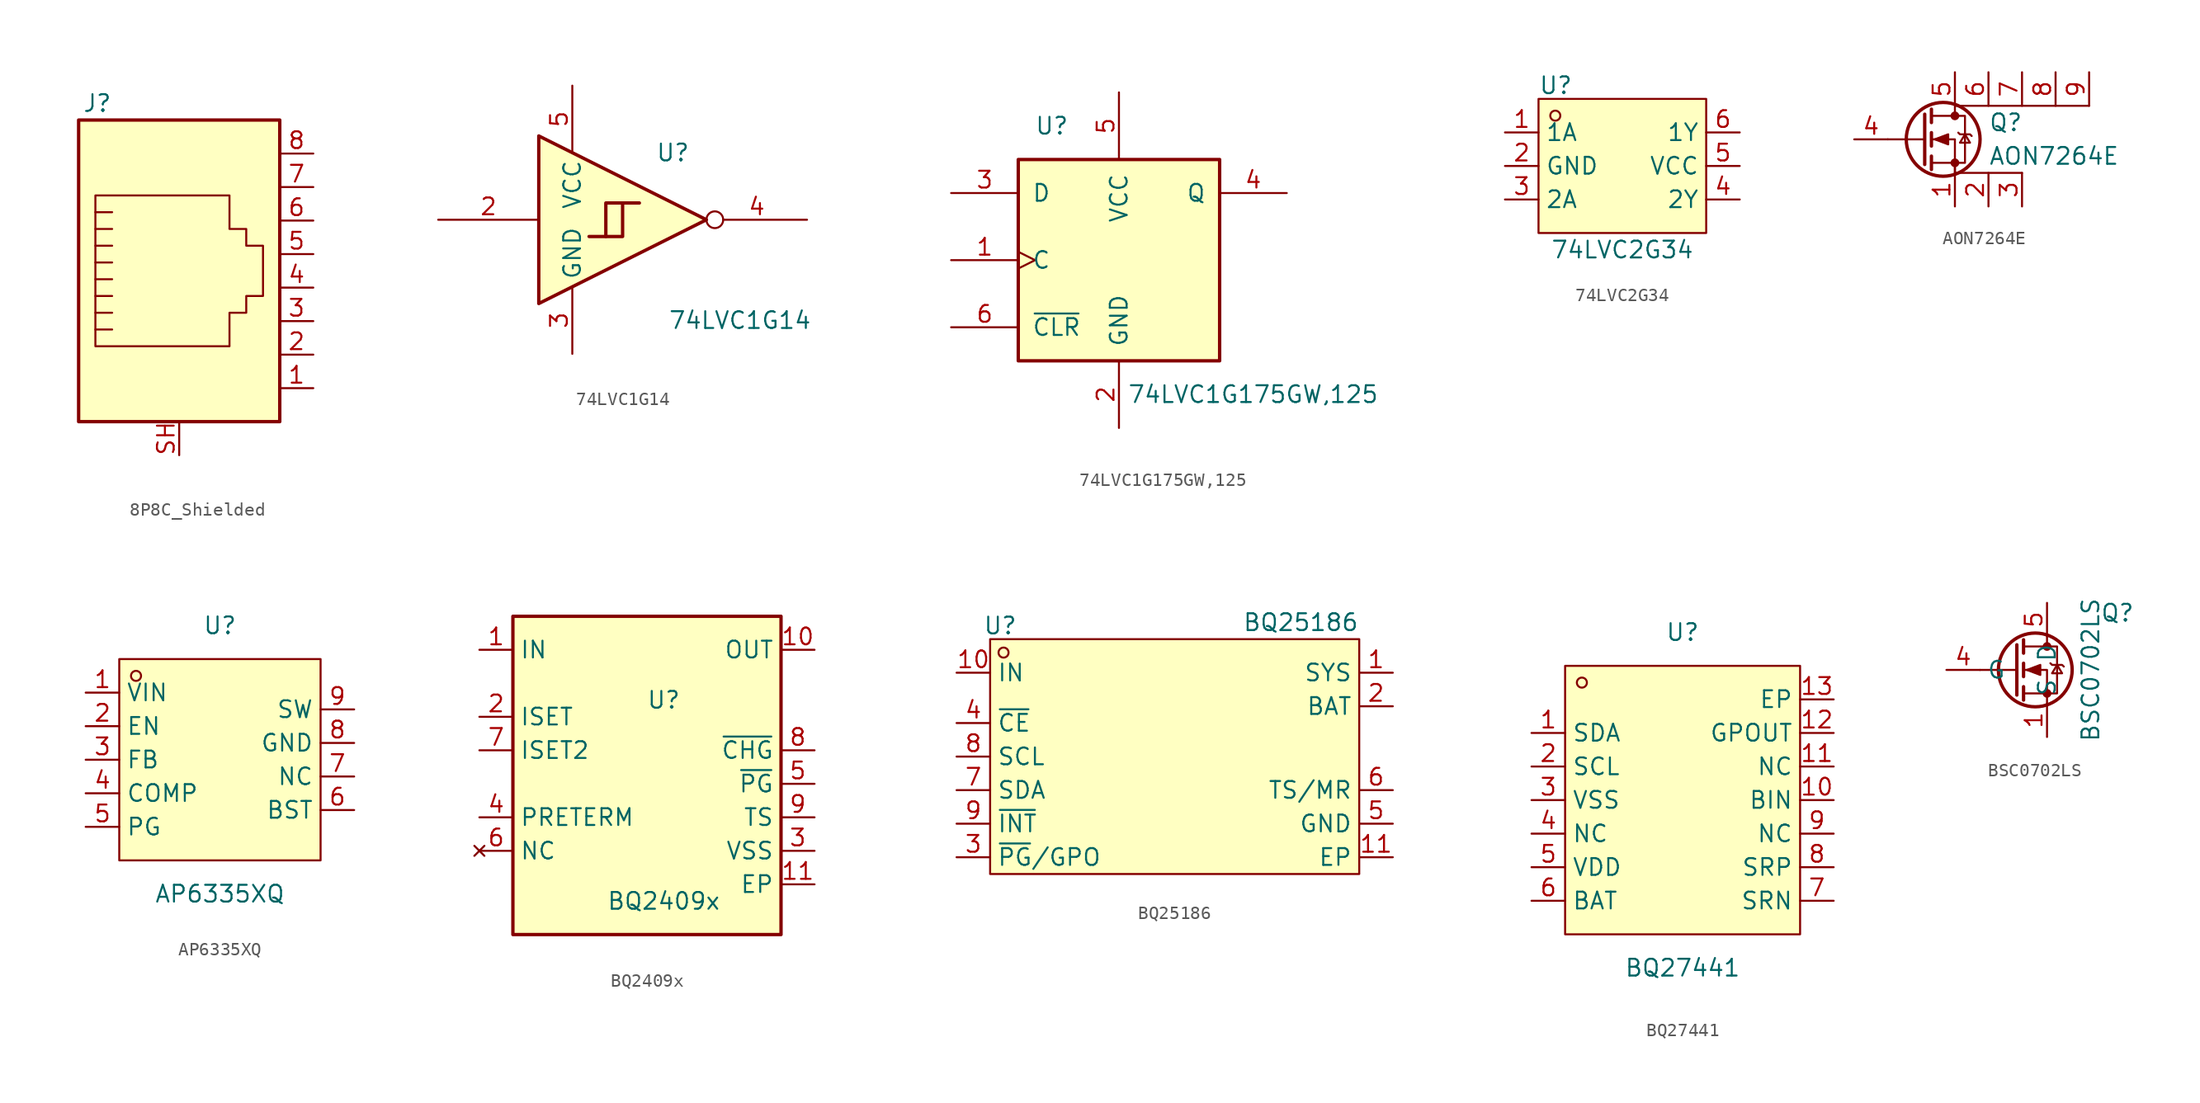
<source format=kicad_sym>
(kicad_symbol_lib
  (version 20241209)
  (generator "kicad_symbol_editor")
  (generator_version "9.0")
  (symbol "8P8C_Shielded"
    (pin_names
      (offset 1.016))
    (property "Reference" "J"
      (at -5.08 13.97 0)
      (effects (font (size 1.27 1.27)) (justify right)))
    (symbol "8P8C_Shielded_0_1"
      (rectangle (start -7.62 12.7) (end 7.62 -10.16) (stroke (width 0.254) (type default)) (fill (type background)))
      (polyline (pts (xy -6.35 1.905) (xy -5.08 1.905) (xy -5.08 1.905)) (stroke (width 0) (type default)) (fill (type none)))
      (polyline (pts (xy -6.35 0.635) (xy -5.08 0.635) (xy -5.08 0.635)) (stroke (width 0) (type default)) (fill (type none)))
      (polyline (pts (xy -6.35 -0.635) (xy -5.08 -0.635) (xy -5.08 -0.635)) (stroke (width 0) (type default)) (fill (type none)))
      (polyline (pts (xy -6.35 -1.905) (xy -5.08 -1.905) (xy -5.08 -1.905)) (stroke (width 0) (type default)) (fill (type none)))
      (polyline (pts (xy -6.35 -3.175) (xy -5.08 -3.175) (xy -5.08 -3.175)) (stroke (width 0) (type default)) (fill (type none)))
      (polyline (pts (xy -6.35 -4.445) (xy -6.35 6.985) (xy 3.81 6.985) (xy 3.81 4.445) (xy 5.08 4.445) (xy 5.08 3.175) (xy 6.35 3.175) (xy 6.35 -0.635) (xy 5.08 -0.635) (xy 5.08 -1.905) (xy 3.81 -1.905) (xy 3.81 -4.445) (xy -6.35 -4.445) (xy -6.35 -4.445)) (stroke (width 0) (type default)) (fill (type none)))
      (polyline (pts (xy -5.08 5.715) (xy -6.35 5.715)) (stroke (width 0) (type default)) (fill (type none)))
      (polyline (pts (xy -5.08 4.445) (xy -6.35 4.445)) (stroke (width 0) (type default)) (fill (type none)))
      (polyline (pts (xy -5.08 3.175) (xy -6.35 3.175) (xy -6.35 3.175)) (stroke (width 0) (type default)) (fill (type none))))
    (symbol "8P8C_Shielded_1_1"
      (pin passive line (at 0 -12.7 90) (length 2.54) (name "~" (effects (font (size 1.27 1.27)))) (number "SH" (effects (font (size 1.27 1.27)))))
      (pin passive line (at 10.16 10.16 180) (length 2.54) (name "~" (effects (font (size 1.27 1.27)))) (number "8" (effects (font (size 1.27 1.27)))))
      (pin passive line (at 10.16 7.62 180) (length 2.54) (name "~" (effects (font (size 1.27 1.27)))) (number "7" (effects (font (size 1.27 1.27)))))
      (pin passive line (at 10.16 5.08 180) (length 2.54) (name "~" (effects (font (size 1.27 1.27)))) (number "6" (effects (font (size 1.27 1.27)))))
      (pin passive line (at 10.16 2.54 180) (length 2.54) (name "~" (effects (font (size 1.27 1.27)))) (number "5" (effects (font (size 1.27 1.27)))))
      (pin passive line (at 10.16 0 180) (length 2.54) (name "~" (effects (font (size 1.27 1.27)))) (number "4" (effects (font (size 1.27 1.27)))))
      (pin passive line (at 10.16 -2.54 180) (length 2.54) (name "~" (effects (font (size 1.27 1.27)))) (number "3" (effects (font (size 1.27 1.27)))))
      (pin passive line (at 10.16 -5.08 180) (length 2.54) (name "~" (effects (font (size 1.27 1.27)))) (number "2" (effects (font (size 1.27 1.27)))))
      (pin passive line (at 10.16 -7.62 180) (length 2.54) (name "~" (effects (font (size 1.27 1.27)))) (number "1" (effects (font (size 1.27 1.27)))))))
  (symbol "74LVC1G14"
    (property "Reference" "U"
      (at 2.54 5.08 0)
      (effects (font (size 1.27 1.27))))
    (property "Value" "74LVC1G14"
      (at 7.62 -7.62 0)
      (effects (font (size 1.27 1.27))))
    (symbol "74LVC1G14_0_1"
      (polyline (pts (xy -7.62 6.35) (xy -7.62 -6.35) (xy 5.08 0) (xy -7.62 6.35)) (stroke (width 0.254) (type default)) (fill (type background)))
      (polyline (pts (xy -3.81 -1.27) (xy -2.54 -1.27) (xy -2.54 1.27) (xy 0 1.27)) (stroke (width 0.254) (type default)) (fill (type background)))
      (polyline (pts (xy -2.54 -1.27) (xy -1.27 -1.27) (xy -1.27 1.27)) (stroke (width 0.254) (type default)) (fill (type background))))
    (symbol "74LVC1G14_1_1"
      (pin input line (at -15.24 0 0) (length 7.62) (name "~" (effects (font (size 1.27 1.27)))) (number "2" (effects (font (size 1.27 1.27)))))
      (pin power_in line (at -5.08 10.16 270) (length 5.08) (name "VCC" (effects (font (size 1.27 1.27)))) (number "5" (effects (font (size 1.27 1.27)))))
      (pin power_in line (at -5.08 -10.16 90) (length 5.08) (name "GND" (effects (font (size 1.27 1.27)))) (number "3" (effects (font (size 1.27 1.27)))))
      (pin output inverted (at 12.7 0 180) (length 7.62) (name "~" (effects (font (size 1.27 1.27)))) (number "4" (effects (font (size 1.27 1.27)))))))
  (symbol "74LVC1G175GW,125"
    (pin_names
      (offset 1.016))
    (property "Reference" "U"
      (at -5.08 10.16 0)
      (effects (font (size 1.27 1.27))))
    (property "Value" "74LVC1G175GW,125"
      (at 10.16 -10.16 0)
      (effects (font (size 1.27 1.27))))
    (symbol "74LVC1G175GW,125_0_1"
      (rectangle (start -7.62 7.62) (end 7.62 -7.62) (stroke (width 0.254) (type default)) (fill (type background))))
    (symbol "74LVC1G175GW,125_1_1"
      (pin input line (at -12.7 5.08 0) (length 5.08) (name "D" (effects (font (size 1.27 1.27)))) (number "3" (effects (font (size 1.27 1.27)))))
      (pin input clock (at -12.7 0 0) (length 5.08) (name "C" (effects (font (size 1.27 1.27)))) (number "1" (effects (font (size 1.27 1.27)))))
      (pin input line (at -12.7 -5.08 0) (length 5.08) (name "~{CLR}" (effects (font (size 1.27 1.27)))) (number "6" (effects (font (size 1.27 1.27)))))
      (pin power_in line (at 0 12.7 270) (length 5.08) (name "VCC" (effects (font (size 1.27 1.27)))) (number "5" (effects (font (size 1.27 1.27)))))
      (pin power_in line (at 0 -12.7 90) (length 5.08) (name "GND" (effects (font (size 1.27 1.27)))) (number "2" (effects (font (size 1.27 1.27)))))
      (pin output line (at 12.7 5.08 180) (length 5.08) (name "Q" (effects (font (size 1.27 1.27)))) (number "4" (effects (font (size 1.27 1.27)))))))
  (symbol "74LVC2G34"
    (property "Reference" "U"
      (at -6.35 6.096 0)
      (effects (font (size 1.27 1.27)) (justify left)))
    (property "Value" "74LVC2G34"
      (at 0 -6.35 0)
      (effects (font (size 1.27 1.27))))
    (symbol "74LVC2G34_0_1"
      (rectangle (start -6.35 5.08) (end 6.35 -5.08) (stroke (width 0) (type default)) (fill (type background)))
      (circle (center -5.08 3.81) (radius 0.38) (stroke (width 0) (type default)) (fill (type none))))
    (symbol "74LVC2G34_1_1"
      (pin input line (at -8.89 2.54 0) (length 2.54) (name "1A" (effects (font (size 1.27 1.27)))) (number "1" (effects (font (size 1.27 1.27)))))
      (pin power_in line (at -8.89 0 0) (length 2.54) (name "GND" (effects (font (size 1.27 1.27)))) (number "2" (effects (font (size 1.27 1.27)))))
      (pin input line (at -8.89 -2.54 0) (length 2.54) (name "2A" (effects (font (size 1.27 1.27)))) (number "3" (effects (font (size 1.27 1.27)))))
      (pin output line (at 8.89 2.54 180) (length 2.54) (name "1Y" (effects (font (size 1.27 1.27)))) (number "6" (effects (font (size 1.27 1.27)))))
      (pin power_in line (at 8.89 0 180) (length 2.54) (name "VCC" (effects (font (size 1.27 1.27)))) (number "5" (effects (font (size 1.27 1.27)))))
      (pin output line (at 8.89 -2.54 180) (length 2.54) (name "2Y" (effects (font (size 1.27 1.27)))) (number "4" (effects (font (size 1.27 1.27)))))))
  (symbol "AON7264E"
    (pin_names
      (offset 0)
      (hide yes))
    (property "Reference" "Q"
      (at 5.08 1.27 0)
      (effects (font (size 1.27 1.27)) (justify left)))
    (property "Value" "AON7264E"
      (at 5.08 -1.27 0)
      (effects (font (size 1.27 1.27)) (justify left)))
    (symbol "AON7264E_0_1"
      (polyline (pts (xy 0.254 1.905) (xy 0.254 -1.905)) (stroke (width 0.254) (type default)) (fill (type none)))
      (polyline (pts (xy 0.254 0) (xy -2.54 0)) (stroke (width 0) (type default)) (fill (type none)))
      (polyline (pts (xy 0.762 2.286) (xy 0.762 1.27)) (stroke (width 0.254) (type default)) (fill (type none)))
      (polyline (pts (xy 0.762 0.508) (xy 0.762 -0.508)) (stroke (width 0.254) (type default)) (fill (type none)))
      (polyline (pts (xy 0.762 -1.27) (xy 0.762 -2.286)) (stroke (width 0.254) (type default)) (fill (type none)))
      (polyline (pts (xy 0.762 -1.778) (xy 3.302 -1.778) (xy 3.302 1.778) (xy 0.762 1.778)) (stroke (width 0) (type default)) (fill (type none)))
      (polyline (pts (xy 1.016 0) (xy 2.032 0.381) (xy 2.032 -0.381) (xy 1.016 0)) (stroke (width 0) (type default)) (fill (type outline)))
      (circle (center 1.651 0) (radius 2.794) (stroke (width 0.254) (type default)) (fill (type none)))
      (circle (center 2.54 1.778) (radius 0.254) (stroke (width 0) (type default)) (fill (type outline)))
      (circle (center 2.54 -1.778) (radius 0.254) (stroke (width 0) (type default)) (fill (type outline)))
      (polyline (pts (xy 2.54 -2.54) (xy 2.54 0) (xy 0.762 0)) (stroke (width 0) (type default)) (fill (type none)))
      (polyline (pts (xy 2.794 0.508) (xy 2.921 0.381) (xy 3.683 0.381) (xy 3.81 0.254)) (stroke (width 0) (type default)) (fill (type none)))
      (polyline (pts (xy 3.302 0.381) (xy 2.921 -0.254) (xy 3.683 -0.254) (xy 3.302 0.381)) (stroke (width 0) (type default)) (fill (type none)))
      (polyline (pts (xy 7.62 -2.54) (xy 2.54 -2.54) (xy 2.54 -1.778)) (stroke (width 0) (type default)) (fill (type none)))
      (polyline (pts (xy 12.7 2.54) (xy 2.54 2.54) (xy 2.54 1.778)) (stroke (width 0) (type default)) (fill (type none))))
    (symbol "AON7264E_1_1"
      (pin input line (at -5.08 0 0) (length 2.54) (name "G" (effects (font (size 1.27 1.27)))) (number "4" (effects (font (size 1.27 1.27)))))
      (pin passive line (at 2.54 5.08 270) (length 2.54) (name "D" (effects (font (size 1.27 1.27)))) (number "5" (effects (font (size 1.27 1.27)))))
      (pin passive line (at 2.54 -5.08 90) (length 2.54) (name "S" (effects (font (size 1.27 1.27)))) (number "1" (effects (font (size 1.27 1.27)))))
      (pin passive line (at 5.08 5.08 270) (length 2.54) (name "D" (effects (font (size 1.27 1.27)))) (number "6" (effects (font (size 1.27 1.27)))))
      (pin passive line (at 5.08 -5.08 90) (length 2.54) (name "S" (effects (font (size 1.27 1.27)))) (number "2" (effects (font (size 1.27 1.27)))))
      (pin passive line (at 7.62 5.08 270) (length 2.54) (name "D" (effects (font (size 1.27 1.27)))) (number "7" (effects (font (size 1.27 1.27)))))
      (pin passive line (at 7.62 -5.08 90) (length 2.54) (name "S" (effects (font (size 1.27 1.27)))) (number "3" (effects (font (size 1.27 1.27)))))
      (pin passive line (at 10.16 5.08 270) (length 2.54) (name "D" (effects (font (size 1.27 1.27)))) (number "8" (effects (font (size 1.27 1.27)))))
      (pin passive line (at 12.7 5.08 270) (length 2.54) (name "D" (effects (font (size 1.27 1.27)))) (number "9" (effects (font (size 1.27 1.27)))))))
  (symbol "AP6335XQ"
    (property "Reference" "U"
      (at 0 10.16 0)
      (effects (font (size 1.27 1.27))))
    (property "Value" "AP6335XQ"
      (at 0 -10.16 0)
      (effects (font (size 1.27 1.27))))
    (symbol "AP6335XQ_0_1"
      (rectangle (start -7.62 7.62) (end 7.62 -7.62) (stroke (width 0) (type default)) (fill (type background)))
      (circle (center -6.35 6.35) (radius 0.38) (stroke (width 0) (type default)) (fill (type none)))
      (pin unspecified line (at -10.16 5.08 0) (length 2.54) (name "VIN" (effects (font (size 1.27 1.27)))) (number "1" (effects (font (size 1.27 1.27)))))
      (pin unspecified line (at -10.16 2.54 0) (length 2.54) (name "EN" (effects (font (size 1.27 1.27)))) (number "2" (effects (font (size 1.27 1.27)))))
      (pin unspecified line (at -10.16 0 0) (length 2.54) (name "FB" (effects (font (size 1.27 1.27)))) (number "3" (effects (font (size 1.27 1.27)))))
      (pin unspecified line (at -10.16 -2.54 0) (length 2.54) (name "COMP" (effects (font (size 1.27 1.27)))) (number "4" (effects (font (size 1.27 1.27)))))
      (pin unspecified line (at -10.16 -5.08 0) (length 2.54) (name "PG" (effects (font (size 1.27 1.27)))) (number "5" (effects (font (size 1.27 1.27)))))
      (pin unspecified line (at 10.16 3.81 180) (length 2.54) (name "SW" (effects (font (size 1.27 1.27)))) (number "9" (effects (font (size 1.27 1.27)))))
      (pin unspecified line (at 10.16 1.27 180) (length 2.54) (name "GND" (effects (font (size 1.27 1.27)))) (number "8" (effects (font (size 1.27 1.27)))))
      (pin unspecified line (at 10.16 -1.27 180) (length 2.54) (name "NC" (effects (font (size 1.27 1.27)))) (number "7" (effects (font (size 1.27 1.27)))))
      (pin unspecified line (at 10.16 -3.81 180) (length 2.54) (name "BST" (effects (font (size 1.27 1.27)))) (number "6" (effects (font (size 1.27 1.27)))))))
  (symbol "BQ2409x"
    (property "Reference" "U"
      (at 1.27 6.35 0)
      (effects (font (size 1.27 1.27))))
    (property "Value" "BQ2409x"
      (at 1.27 -8.89 0)
      (effects (font (size 1.27 1.27))))
    (symbol "BQ2409x_1_1"
      (rectangle (start -10.16 12.7) (end 10.16 -11.43) (stroke (width 0.254) (type default)) (fill (type background)))
      (pin power_in line (at -12.7 10.16 0) (length 2.54) (name "IN" (effects (font (size 1.27 1.27)))) (number "1" (effects (font (size 1.27 1.27)))))
      (pin passive line (at -12.7 5.08 0) (length 2.54) (name "ISET" (effects (font (size 1.27 1.27)))) (number "2" (effects (font (size 1.27 1.27)))))
      (pin passive line (at -12.7 2.54 0) (length 2.54) (name "ISET2" (effects (font (size 1.27 1.27)))) (number "7" (effects (font (size 1.27 1.27)))))
      (pin passive line (at -12.7 -2.54 0) (length 2.54) (name "PRETERM" (effects (font (size 1.27 1.27)))) (number "4" (effects (font (size 1.27 1.27)))))
      (pin no_connect line (at -12.7 -5.08 0) (length 2.54) (name "NC" (effects (font (size 1.27 1.27)))) (number "6" (effects (font (size 1.27 1.27)))))
      (pin power_out line (at 12.7 10.16 180) (length 2.54) (name "OUT" (effects (font (size 1.27 1.27)))) (number "10" (effects (font (size 1.27 1.27)))))
      (pin open_collector line (at 12.7 2.54 180) (length 2.54) (name "~{CHG}" (effects (font (size 1.27 1.27)))) (number "8" (effects (font (size 1.27 1.27)))))
      (pin open_collector line (at 12.7 0 180) (length 2.54) (name "~{PG}" (effects (font (size 1.27 1.27)))) (number "5" (effects (font (size 1.27 1.27)))))
      (pin passive line (at 12.7 -2.54 180) (length 2.54) (name "TS" (effects (font (size 1.27 1.27)))) (number "9" (effects (font (size 1.27 1.27)))))
      (pin power_in line (at 12.7 -5.08 180) (length 2.54) (name "VSS" (effects (font (size 1.27 1.27)))) (number "3" (effects (font (size 1.27 1.27)))))
      (pin power_in line (at 12.7 -7.62 180) (length 2.54) (name "EP" (effects (font (size 1.27 1.27)))) (number "11" (effects (font (size 1.27 1.27)))))))
  (symbol "BQ25186"
    (property "Reference" "U"
      (at -13.208 9.906 0)
      (effects (font (size 1.27 1.27))))
    (property "Value" "BQ25186"
      (at 13.97 10.16 0)
      (effects (font (size 1.27 1.27)) (justify right)))
    (symbol "BQ25186_0_1"
      (rectangle (start -13.97 8.89) (end 13.97 -8.89) (stroke (width 0) (type default)) (fill (type background)))
      (circle (center -12.954 7.874) (radius 0.38) (stroke (width 0) (type default)) (fill (type none)))
      (pin unspecified line (at -16.51 6.35 0) (length 2.54) (name "IN" (effects (font (size 1.27 1.27)))) (number "10" (effects (font (size 1.27 1.27)))))
      (pin unspecified line (at -16.51 2.54 0) (length 2.54) (name "~{CE}" (effects (font (size 1.27 1.27)))) (number "4" (effects (font (size 1.27 1.27)))))
      (pin unspecified line (at -16.51 0 0) (length 2.54) (name "SCL" (effects (font (size 1.27 1.27)))) (number "8" (effects (font (size 1.27 1.27)))))
      (pin unspecified line (at -16.51 -2.54 0) (length 2.54) (name "SDA" (effects (font (size 1.27 1.27)))) (number "7" (effects (font (size 1.27 1.27)))))
      (pin unspecified line (at -16.51 -5.08 0) (length 2.54) (name "~{INT}" (effects (font (size 1.27 1.27)))) (number "9" (effects (font (size 1.27 1.27)))))
      (pin unspecified line (at -16.51 -7.62 0) (length 2.54) (name "~{PG}/GPO" (effects (font (size 1.27 1.27)))) (number "3" (effects (font (size 1.27 1.27)))))
      (pin unspecified line (at 16.51 6.35 180) (length 2.54) (name "SYS" (effects (font (size 1.27 1.27)))) (number "1" (effects (font (size 1.27 1.27)))))
      (pin unspecified line (at 16.51 3.81 180) (length 2.54) (name "BAT" (effects (font (size 1.27 1.27)))) (number "2" (effects (font (size 1.27 1.27)))))
      (pin unspecified line (at 16.51 -2.54 180) (length 2.54) (name "TS/MR" (effects (font (size 1.27 1.27)))) (number "6" (effects (font (size 1.27 1.27)))))
      (pin unspecified line (at 16.51 -5.08 180) (length 2.54) (name "GND" (effects (font (size 1.27 1.27)))) (number "5" (effects (font (size 1.27 1.27))))))
    (symbol "BQ25186_1_1"
      (pin unspecified line (at 16.51 -7.62 180) (length 2.54) (name "EP" (effects (font (size 1.27 1.27)))) (number "11" (effects (font (size 1.27 1.27)))))))
  (symbol "BQ27441"
    (property "Reference" "U"
      (at 0 12.7 0)
      (effects (font (size 1.27 1.27))))
    (property "Value" "BQ27441"
      (at 0 -12.7 0)
      (effects (font (size 1.27 1.27))))
    (symbol "BQ27441_0_1"
      (rectangle (start -8.89 10.16) (end 8.89 -10.16) (stroke (width 0) (type default)) (fill (type background)))
      (circle (center -7.62 8.89) (radius 0.38) (stroke (width 0) (type default)) (fill (type none)))
      (pin unspecified line (at -11.43 5.08 0) (length 2.54) (name "SDA" (effects (font (size 1.27 1.27)))) (number "1" (effects (font (size 1.27 1.27)))))
      (pin unspecified line (at -11.43 2.54 0) (length 2.54) (name "SCL" (effects (font (size 1.27 1.27)))) (number "2" (effects (font (size 1.27 1.27)))))
      (pin unspecified line (at -11.43 0 0) (length 2.54) (name "VSS" (effects (font (size 1.27 1.27)))) (number "3" (effects (font (size 1.27 1.27)))))
      (pin unspecified line (at -11.43 -2.54 0) (length 2.54) (name "NC" (effects (font (size 1.27 1.27)))) (number "4" (effects (font (size 1.27 1.27)))))
      (pin unspecified line (at -11.43 -5.08 0) (length 2.54) (name "VDD" (effects (font (size 1.27 1.27)))) (number "5" (effects (font (size 1.27 1.27)))))
      (pin unspecified line (at -11.43 -7.62 0) (length 2.54) (name "BAT" (effects (font (size 1.27 1.27)))) (number "6" (effects (font (size 1.27 1.27)))))
      (pin unspecified line (at 11.43 7.62 180) (length 2.54) (name "EP" (effects (font (size 1.27 1.27)))) (number "13" (effects (font (size 1.27 1.27)))))
      (pin unspecified line (at 11.43 5.08 180) (length 2.54) (name "GPOUT" (effects (font (size 1.27 1.27)))) (number "12" (effects (font (size 1.27 1.27)))))
      (pin unspecified line (at 11.43 2.54 180) (length 2.54) (name "NC" (effects (font (size 1.27 1.27)))) (number "11" (effects (font (size 1.27 1.27)))))
      (pin unspecified line (at 11.43 0 180) (length 2.54) (name "BIN" (effects (font (size 1.27 1.27)))) (number "10" (effects (font (size 1.27 1.27)))))
      (pin unspecified line (at 11.43 -2.54 180) (length 2.54) (name "NC" (effects (font (size 1.27 1.27)))) (number "9" (effects (font (size 1.27 1.27)))))
      (pin unspecified line (at 11.43 -5.08 180) (length 2.54) (name "SRP" (effects (font (size 1.27 1.27)))) (number "8" (effects (font (size 1.27 1.27)))))
      (pin unspecified line (at 11.43 -7.62 180) (length 2.54) (name "SRN" (effects (font (size 1.27 1.27)))) (number "7" (effects (font (size 1.27 1.27)))))))
  (symbol "BSC0702LS"
    (property "Reference" "Q"
      (at 7.874 4.318 0)
      (effects (font (size 1.27 1.27))))
    (property "Value" "BSC0702LS"
      (at 5.842 0 90)
      (effects (font (size 1.27 1.27))))
    (symbol "BSC0702LS_0_1"
      (polyline (pts (xy 0.254 1.905) (xy 0.254 -1.905)) (stroke (width 0.254) (type default)) (fill (type none)))
      (polyline (pts (xy 0.254 0) (xy -2.54 0)) (stroke (width 0) (type default)) (fill (type none)))
      (polyline (pts (xy 0.762 2.286) (xy 0.762 1.27)) (stroke (width 0.254) (type default)) (fill (type none)))
      (polyline (pts (xy 0.762 0.508) (xy 0.762 -0.508)) (stroke (width 0.254) (type default)) (fill (type none)))
      (polyline (pts (xy 0.762 -1.27) (xy 0.762 -2.286)) (stroke (width 0.254) (type default)) (fill (type none)))
      (polyline (pts (xy 0.762 -1.778) (xy 3.302 -1.778) (xy 3.302 1.778) (xy 0.762 1.778)) (stroke (width 0) (type default)) (fill (type none)))
      (polyline (pts (xy 1.016 0) (xy 2.032 0.381) (xy 2.032 -0.381) (xy 1.016 0)) (stroke (width 0) (type default)) (fill (type outline)))
      (circle (center 1.651 0) (radius 2.794) (stroke (width 0.254) (type default)) (fill (type none)))
      (polyline (pts (xy 2.54 2.54) (xy 2.54 1.778)) (stroke (width 0) (type default)) (fill (type none)))
      (circle (center 2.54 1.778) (radius 0.254) (stroke (width 0) (type default)) (fill (type outline)))
      (circle (center 2.54 -1.778) (radius 0.254) (stroke (width 0) (type default)) (fill (type outline)))
      (polyline (pts (xy 2.54 -2.54) (xy 2.54 0) (xy 0.762 0)) (stroke (width 0) (type default)) (fill (type none)))
      (polyline (pts (xy 2.794 0.508) (xy 2.921 0.381) (xy 3.683 0.381) (xy 3.81 0.254)) (stroke (width 0) (type default)) (fill (type none)))
      (polyline (pts (xy 3.302 0.381) (xy 2.921 -0.254) (xy 3.683 -0.254) (xy 3.302 0.381)) (stroke (width 0) (type default)) (fill (type none))))
    (symbol "BSC0702LS_1_1"
      (pin input line (at -5.08 0 0) (length 2.54) (name "G" (effects (font (size 1.27 1.27)))) (number "4" (effects (font (size 1.27 1.27)))))
      (pin passive line (at 2.54 5.08 270) (length 2.54) (name "D" (effects (font (size 1.27 1.27)))) (number "5" (effects (font (size 1.27 1.27)))))
      (pin passive line (at 2.54 5.08 270) (length 2.54) (hide yes) (name "D" (effects (font (size 1.27 1.27)))) (number "6" (effects (font (size 1.27 1.27)))))
      (pin passive line (at 2.54 5.08 270) (length 2.54) (hide yes) (name "D" (effects (font (size 1.27 1.27)))) (number "7" (effects (font (size 1.27 1.27)))))
      (pin passive line (at 2.54 5.08 270) (length 2.54) (hide yes) (name "D" (effects (font (size 1.27 1.27)))) (number "8" (effects (font (size 1.27 1.27)))))
      (pin passive line (at 2.54 -5.08 90) (length 2.54) (name "S" (effects (font (size 1.27 1.27)))) (number "1" (effects (font (size 1.27 1.27)))))
      (pin passive line (at 2.54 -5.08 90) (length 2.54) (hide yes) (name "S" (effects (font (size 1.27 1.27)))) (number "2" (effects (font (size 1.27 1.27)))))
      (pin passive line (at 2.54 -5.08 90) (length 2.54) (hide yes) (name "S" (effects (font (size 1.27 1.27)))) (number "3" (effects (font (size 1.27 1.27))))))))
</source>
